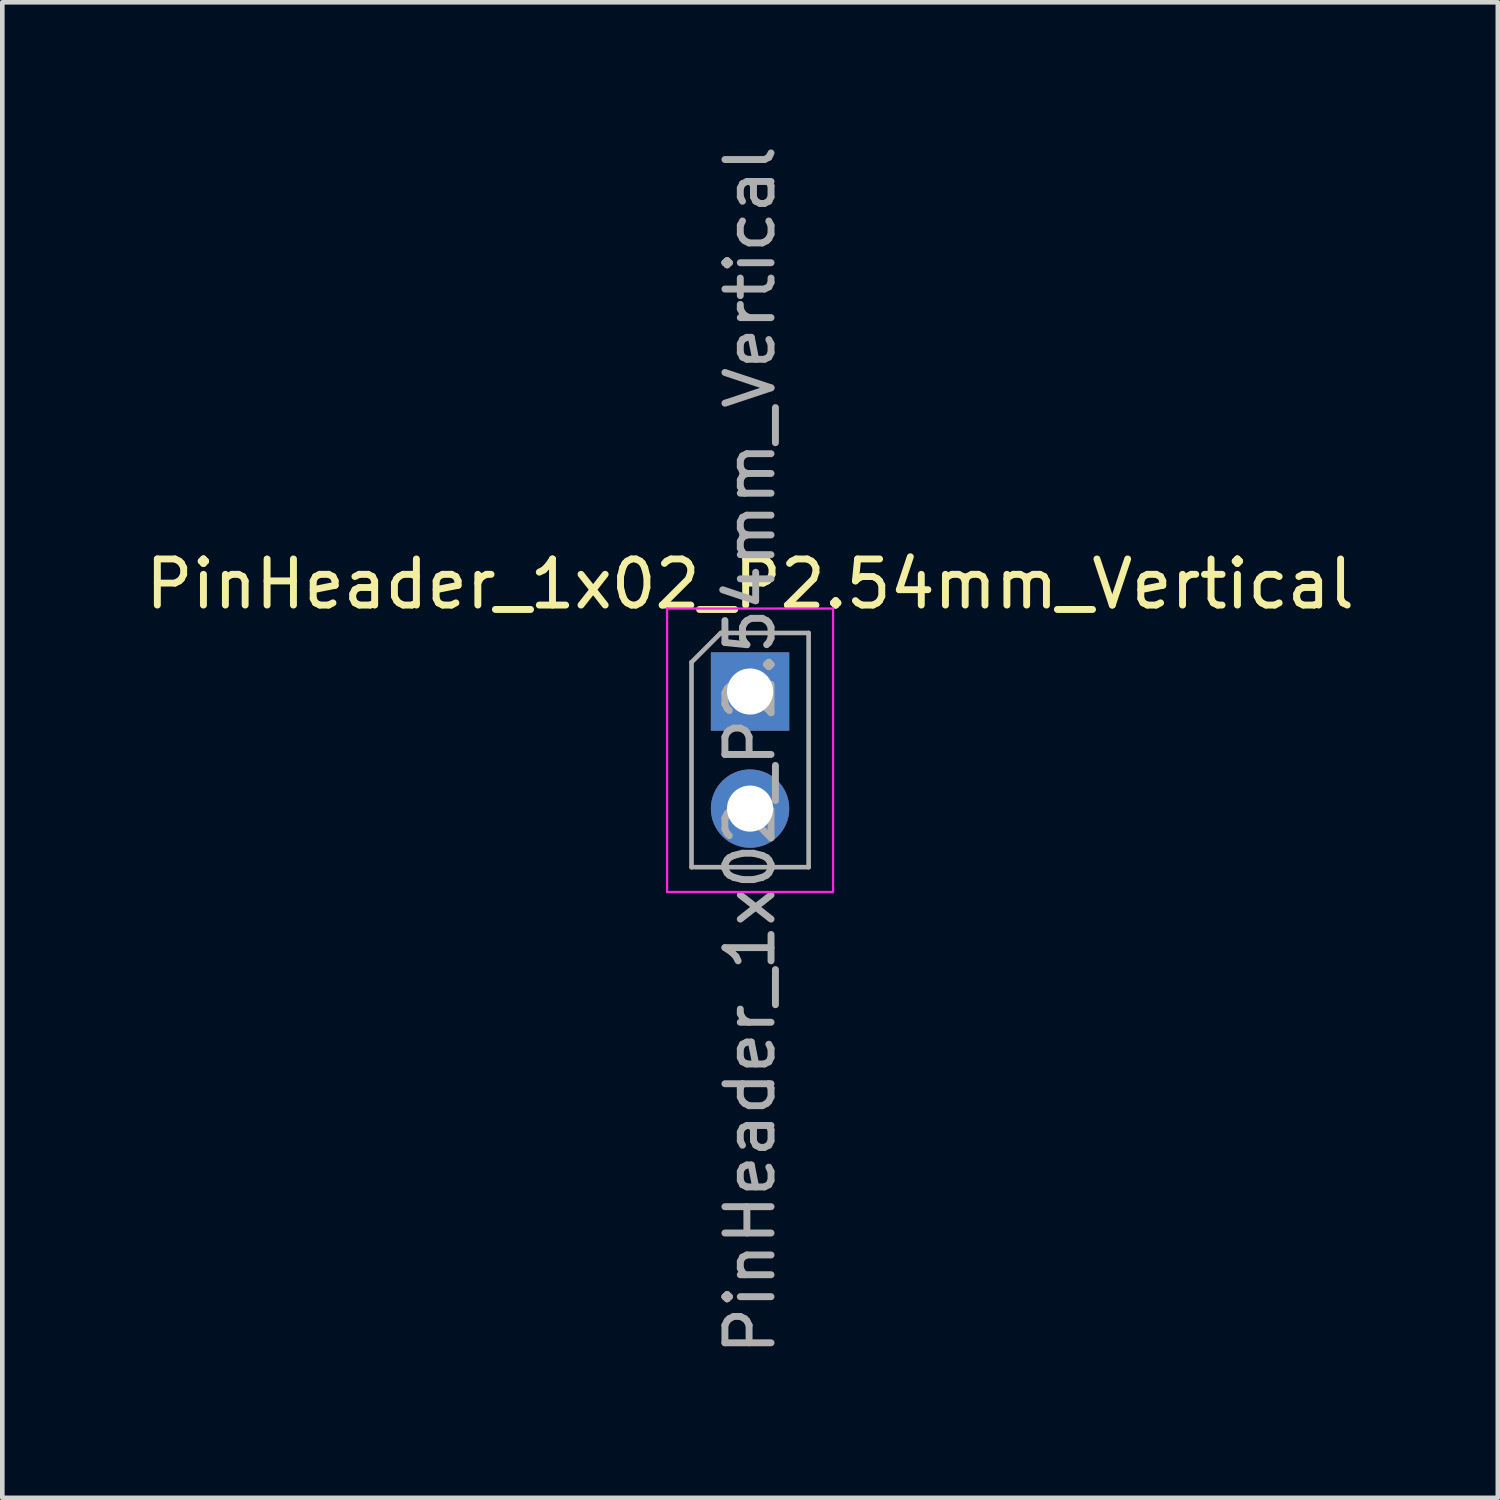
<source format=kicad_pcb>
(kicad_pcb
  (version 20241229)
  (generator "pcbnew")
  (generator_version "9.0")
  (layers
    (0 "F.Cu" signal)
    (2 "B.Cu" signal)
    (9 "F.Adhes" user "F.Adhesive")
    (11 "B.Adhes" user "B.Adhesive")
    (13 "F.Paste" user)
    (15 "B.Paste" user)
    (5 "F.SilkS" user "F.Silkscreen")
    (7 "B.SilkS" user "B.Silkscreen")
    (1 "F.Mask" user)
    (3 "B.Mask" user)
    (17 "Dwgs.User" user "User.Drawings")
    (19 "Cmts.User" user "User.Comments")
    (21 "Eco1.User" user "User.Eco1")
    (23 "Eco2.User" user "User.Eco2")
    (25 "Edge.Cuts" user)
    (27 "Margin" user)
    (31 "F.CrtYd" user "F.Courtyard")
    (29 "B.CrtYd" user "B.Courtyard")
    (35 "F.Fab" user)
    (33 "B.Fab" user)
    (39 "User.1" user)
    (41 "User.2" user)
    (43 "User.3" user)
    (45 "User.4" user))
  (footprint "PinHeader_1x02_P2.54mm_Vertical"
    (layer "F.Cu")
    (at 13.22 11.95)
    (property "Reference" "PinHeader_1x02_P2.54mm_Vertical" (at 0 -2.33 180) (layer "F.SilkS") (effects (font (size 1 1) (thickness 0.15))))
    (attr through_hole exclude_from_pos_files exclude_from_bom dnp)
    (fp_line (start -1.8 -1.8) (end -1.8 4.35) (stroke (width 0.05) (type solid)) (layer "F.CrtYd"))
    (fp_line (start -1.8 4.35) (end 1.8 4.35) (stroke (width 0.05) (type solid)) (layer "F.CrtYd"))
    (fp_line (start 1.8 -1.8) (end -1.8 -1.8) (stroke (width 0.05) (type solid)) (layer "F.CrtYd"))
    (fp_line (start 1.8 4.35) (end 1.8 -1.8) (stroke (width 0.05) (type solid)) (layer "F.CrtYd"))
    (fp_line (start -1.27 -0.635) (end -0.635 -1.27) (stroke (width 0.1) (type solid)) (layer "F.Fab"))
    (fp_line (start -1.27 3.81) (end -1.27 -0.635) (stroke (width 0.1) (type solid)) (layer "F.Fab"))
    (fp_line (start -0.635 -1.27) (end 1.27 -1.27) (stroke (width 0.1) (type solid)) (layer "F.Fab"))
    (fp_line (start 1.27 -1.27) (end 1.27 3.81) (stroke (width 0.1) (type solid)) (layer "F.Fab"))
    (fp_line (start 1.27 3.81) (end -1.27 3.81) (stroke (width 0.1) (type solid)) (layer "F.Fab"))
    (fp_text user "${REFERENCE}" (at 0 1.27 90) (layer "F.Fab") (effects (font (size 1 1) (thickness 0.15))))
    (pad "1" thru_hole rect (at 0 0) (size 1.7 1.7) (drill 1) (layers "*.Cu" "*.Mask"))
    (pad "2" thru_hole oval (at 0 2.54) (size 1.7 1.7) (drill 1) (layers "*.Cu" "*.Mask")))
  (gr_rect
    (start -3 -3)
    (end 29.44 29.44)
    (stroke (width 0.1) (type default))
    (fill no)
    (layer "Edge.Cuts")))
</source>
